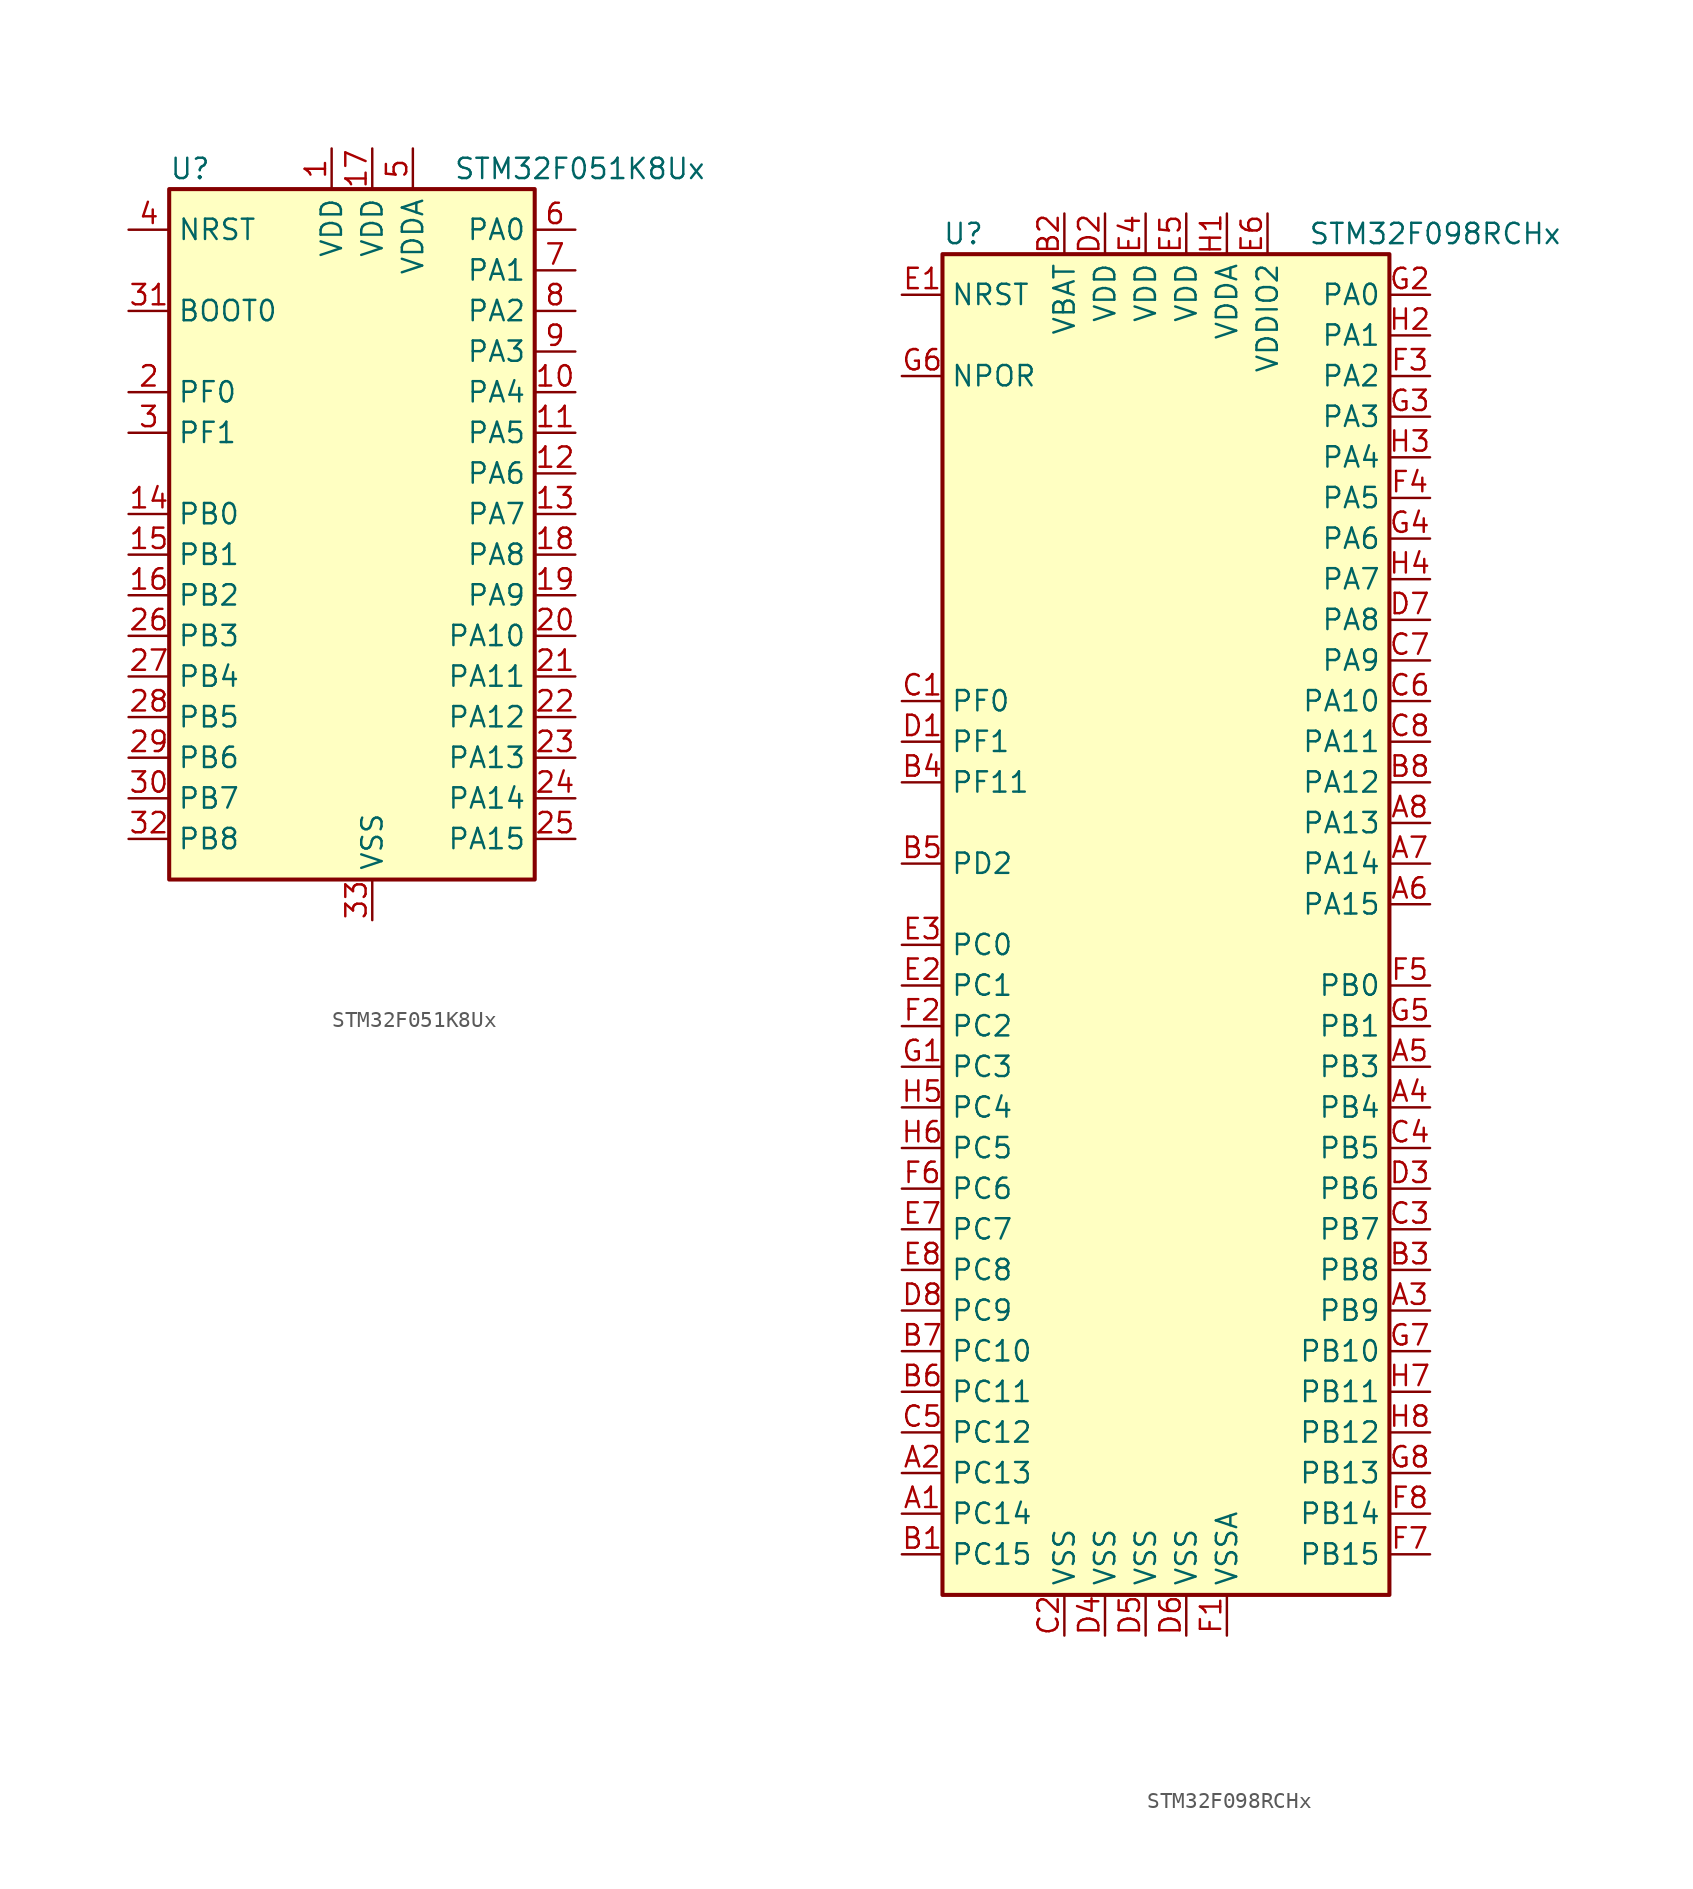
<source format=kicad_sym>
(kicad_symbol_lib
  (version 20201005)
  (generator kicad_symbol_editor)
  (symbol "STM32F051K8Ux"
    (property "Reference" "U"
      (at -12.7 21.59 0)
      (effects (font (size 1.27 1.27)) (justify left)))
    (property "Value" "STM32F051K8Ux"
      (at 5.08 21.59 0)
      (effects (font (size 1.27 1.27)) (justify left)))
    (symbol "STM32F051K8Ux_0_1"
      (rectangle (start -12.7 -22.86) (end 10.16 20.32) (stroke (width 0.254)) (fill (type background))))
    (symbol "STM32F051K8Ux_1_1"
      (pin input line (at -15.24 12.7 0) (length 2.54) (name "BOOT0" (effects (font (size 1.27 1.27)))) (number "31" (effects (font (size 1.27 1.27)))))
      (pin input line (at -15.24 17.78 0) (length 2.54) (name "NRST" (effects (font (size 1.27 1.27)))) (number "4" (effects (font (size 1.27 1.27)))))
      (pin bidirectional line (at 12.7 17.78 180) (length 2.54) (name "PA0" (effects (font (size 1.27 1.27)))) (number "6" (effects (font (size 1.27 1.27)))))
      (pin bidirectional line (at 12.7 15.24 180) (length 2.54) (name "PA1" (effects (font (size 1.27 1.27)))) (number "7" (effects (font (size 1.27 1.27)))))
      (pin bidirectional line (at 12.7 -7.62 180) (length 2.54) (name "PA10" (effects (font (size 1.27 1.27)))) (number "20" (effects (font (size 1.27 1.27)))))
      (pin bidirectional line (at 12.7 -10.16 180) (length 2.54) (name "PA11" (effects (font (size 1.27 1.27)))) (number "21" (effects (font (size 1.27 1.27)))))
      (pin bidirectional line (at 12.7 -12.7 180) (length 2.54) (name "PA12" (effects (font (size 1.27 1.27)))) (number "22" (effects (font (size 1.27 1.27)))))
      (pin bidirectional line (at 12.7 -15.24 180) (length 2.54) (name "PA13" (effects (font (size 1.27 1.27)))) (number "23" (effects (font (size 1.27 1.27)))))
      (pin bidirectional line (at 12.7 -17.78 180) (length 2.54) (name "PA14" (effects (font (size 1.27 1.27)))) (number "24" (effects (font (size 1.27 1.27)))))
      (pin bidirectional line (at 12.7 -20.32 180) (length 2.54) (name "PA15" (effects (font (size 1.27 1.27)))) (number "25" (effects (font (size 1.27 1.27)))))
      (pin bidirectional line (at 12.7 12.7 180) (length 2.54) (name "PA2" (effects (font (size 1.27 1.27)))) (number "8" (effects (font (size 1.27 1.27)))))
      (pin bidirectional line (at 12.7 10.16 180) (length 2.54) (name "PA3" (effects (font (size 1.27 1.27)))) (number "9" (effects (font (size 1.27 1.27)))))
      (pin bidirectional line (at 12.7 7.62 180) (length 2.54) (name "PA4" (effects (font (size 1.27 1.27)))) (number "10" (effects (font (size 1.27 1.27)))))
      (pin bidirectional line (at 12.7 5.08 180) (length 2.54) (name "PA5" (effects (font (size 1.27 1.27)))) (number "11" (effects (font (size 1.27 1.27)))))
      (pin bidirectional line (at 12.7 2.54 180) (length 2.54) (name "PA6" (effects (font (size 1.27 1.27)))) (number "12" (effects (font (size 1.27 1.27)))))
      (pin bidirectional line (at 12.7 0 180) (length 2.54) (name "PA7" (effects (font (size 1.27 1.27)))) (number "13" (effects (font (size 1.27 1.27)))))
      (pin bidirectional line (at 12.7 -2.54 180) (length 2.54) (name "PA8" (effects (font (size 1.27 1.27)))) (number "18" (effects (font (size 1.27 1.27)))))
      (pin bidirectional line (at 12.7 -5.08 180) (length 2.54) (name "PA9" (effects (font (size 1.27 1.27)))) (number "19" (effects (font (size 1.27 1.27)))))
      (pin bidirectional line (at -15.24 0 0) (length 2.54) (name "PB0" (effects (font (size 1.27 1.27)))) (number "14" (effects (font (size 1.27 1.27)))))
      (pin bidirectional line (at -15.24 -2.54 0) (length 2.54) (name "PB1" (effects (font (size 1.27 1.27)))) (number "15" (effects (font (size 1.27 1.27)))))
      (pin bidirectional line (at -15.24 -5.08 0) (length 2.54) (name "PB2" (effects (font (size 1.27 1.27)))) (number "16" (effects (font (size 1.27 1.27)))))
      (pin bidirectional line (at -15.24 -7.62 0) (length 2.54) (name "PB3" (effects (font (size 1.27 1.27)))) (number "26" (effects (font (size 1.27 1.27)))))
      (pin bidirectional line (at -15.24 -10.16 0) (length 2.54) (name "PB4" (effects (font (size 1.27 1.27)))) (number "27" (effects (font (size 1.27 1.27)))))
      (pin bidirectional line (at -15.24 -12.7 0) (length 2.54) (name "PB5" (effects (font (size 1.27 1.27)))) (number "28" (effects (font (size 1.27 1.27)))))
      (pin bidirectional line (at -15.24 -15.24 0) (length 2.54) (name "PB6" (effects (font (size 1.27 1.27)))) (number "29" (effects (font (size 1.27 1.27)))))
      (pin bidirectional line (at -15.24 -17.78 0) (length 2.54) (name "PB7" (effects (font (size 1.27 1.27)))) (number "30" (effects (font (size 1.27 1.27)))))
      (pin bidirectional line (at -15.24 -20.32 0) (length 2.54) (name "PB8" (effects (font (size 1.27 1.27)))) (number "32" (effects (font (size 1.27 1.27)))))
      (pin input line (at -15.24 7.62 0) (length 2.54) (name "PF0" (effects (font (size 1.27 1.27)))) (number "2" (effects (font (size 1.27 1.27)))))
      (pin input line (at -15.24 5.08 0) (length 2.54) (name "PF1" (effects (font (size 1.27 1.27)))) (number "3" (effects (font (size 1.27 1.27)))))
      (pin power_in line (at -2.54 22.86 270) (length 2.54) (name "VDD" (effects (font (size 1.27 1.27)))) (number "1" (effects (font (size 1.27 1.27)))))
      (pin power_in line (at 0 22.86 270) (length 2.54) (name "VDD" (effects (font (size 1.27 1.27)))) (number "17" (effects (font (size 1.27 1.27)))))
      (pin power_in line (at 2.54 22.86 270) (length 2.54) (name "VDDA" (effects (font (size 1.27 1.27)))) (number "5" (effects (font (size 1.27 1.27)))))
      (pin power_in line (at 0 -25.4 90) (length 2.54) (name "VSS" (effects (font (size 1.27 1.27)))) (number "33" (effects (font (size 1.27 1.27)))))))
  (symbol "STM32F098RCHx"
    (property "Reference" "U"
      (at -15.24 41.91 0)
      (effects (font (size 1.27 1.27)) (justify left)))
    (property "Value" "STM32F098RCHx"
      (at 7.62 41.91 0)
      (effects (font (size 1.27 1.27)) (justify left)))
    (symbol "STM32F098RCHx_0_1"
      (rectangle (start -15.24 -43.18) (end 12.7 40.64) (stroke (width 0.254)) (fill (type background))))
    (symbol "STM32F098RCHx_1_1"
      (pin power_in line (at -17.78 33.02 0) (length 2.54) (name "NPOR" (effects (font (size 1.27 1.27)))) (number "G6" (effects (font (size 1.27 1.27)))))
      (pin input line (at -17.78 38.1 0) (length 2.54) (name "NRST" (effects (font (size 1.27 1.27)))) (number "E1" (effects (font (size 1.27 1.27)))))
      (pin bidirectional line (at 15.24 38.1 180) (length 2.54) (name "PA0" (effects (font (size 1.27 1.27)))) (number "G2" (effects (font (size 1.27 1.27)))))
      (pin bidirectional line (at 15.24 35.56 180) (length 2.54) (name "PA1" (effects (font (size 1.27 1.27)))) (number "H2" (effects (font (size 1.27 1.27)))))
      (pin bidirectional line (at 15.24 12.7 180) (length 2.54) (name "PA10" (effects (font (size 1.27 1.27)))) (number "C6" (effects (font (size 1.27 1.27)))))
      (pin bidirectional line (at 15.24 10.16 180) (length 2.54) (name "PA11" (effects (font (size 1.27 1.27)))) (number "C8" (effects (font (size 1.27 1.27)))))
      (pin bidirectional line (at 15.24 7.62 180) (length 2.54) (name "PA12" (effects (font (size 1.27 1.27)))) (number "B8" (effects (font (size 1.27 1.27)))))
      (pin bidirectional line (at 15.24 5.08 180) (length 2.54) (name "PA13" (effects (font (size 1.27 1.27)))) (number "A8" (effects (font (size 1.27 1.27)))))
      (pin bidirectional line (at 15.24 2.54 180) (length 2.54) (name "PA14" (effects (font (size 1.27 1.27)))) (number "A7" (effects (font (size 1.27 1.27)))))
      (pin bidirectional line (at 15.24 0 180) (length 2.54) (name "PA15" (effects (font (size 1.27 1.27)))) (number "A6" (effects (font (size 1.27 1.27)))))
      (pin bidirectional line (at 15.24 33.02 180) (length 2.54) (name "PA2" (effects (font (size 1.27 1.27)))) (number "F3" (effects (font (size 1.27 1.27)))))
      (pin bidirectional line (at 15.24 30.48 180) (length 2.54) (name "PA3" (effects (font (size 1.27 1.27)))) (number "G3" (effects (font (size 1.27 1.27)))))
      (pin bidirectional line (at 15.24 27.94 180) (length 2.54) (name "PA4" (effects (font (size 1.27 1.27)))) (number "H3" (effects (font (size 1.27 1.27)))))
      (pin bidirectional line (at 15.24 25.4 180) (length 2.54) (name "PA5" (effects (font (size 1.27 1.27)))) (number "F4" (effects (font (size 1.27 1.27)))))
      (pin bidirectional line (at 15.24 22.86 180) (length 2.54) (name "PA6" (effects (font (size 1.27 1.27)))) (number "G4" (effects (font (size 1.27 1.27)))))
      (pin bidirectional line (at 15.24 20.32 180) (length 2.54) (name "PA7" (effects (font (size 1.27 1.27)))) (number "H4" (effects (font (size 1.27 1.27)))))
      (pin bidirectional line (at 15.24 17.78 180) (length 2.54) (name "PA8" (effects (font (size 1.27 1.27)))) (number "D7" (effects (font (size 1.27 1.27)))))
      (pin bidirectional line (at 15.24 15.24 180) (length 2.54) (name "PA9" (effects (font (size 1.27 1.27)))) (number "C7" (effects (font (size 1.27 1.27)))))
      (pin bidirectional line (at 15.24 -5.08 180) (length 2.54) (name "PB0" (effects (font (size 1.27 1.27)))) (number "F5" (effects (font (size 1.27 1.27)))))
      (pin bidirectional line (at 15.24 -7.62 180) (length 2.54) (name "PB1" (effects (font (size 1.27 1.27)))) (number "G5" (effects (font (size 1.27 1.27)))))
      (pin bidirectional line (at 15.24 -27.94 180) (length 2.54) (name "PB10" (effects (font (size 1.27 1.27)))) (number "G7" (effects (font (size 1.27 1.27)))))
      (pin bidirectional line (at 15.24 -30.48 180) (length 2.54) (name "PB11" (effects (font (size 1.27 1.27)))) (number "H7" (effects (font (size 1.27 1.27)))))
      (pin bidirectional line (at 15.24 -33.02 180) (length 2.54) (name "PB12" (effects (font (size 1.27 1.27)))) (number "H8" (effects (font (size 1.27 1.27)))))
      (pin bidirectional line (at 15.24 -35.56 180) (length 2.54) (name "PB13" (effects (font (size 1.27 1.27)))) (number "G8" (effects (font (size 1.27 1.27)))))
      (pin bidirectional line (at 15.24 -38.1 180) (length 2.54) (name "PB14" (effects (font (size 1.27 1.27)))) (number "F8" (effects (font (size 1.27 1.27)))))
      (pin bidirectional line (at 15.24 -40.64 180) (length 2.54) (name "PB15" (effects (font (size 1.27 1.27)))) (number "F7" (effects (font (size 1.27 1.27)))))
      (pin bidirectional line (at 15.24 -10.16 180) (length 2.54) (name "PB3" (effects (font (size 1.27 1.27)))) (number "A5" (effects (font (size 1.27 1.27)))))
      (pin bidirectional line (at 15.24 -12.7 180) (length 2.54) (name "PB4" (effects (font (size 1.27 1.27)))) (number "A4" (effects (font (size 1.27 1.27)))))
      (pin bidirectional line (at 15.24 -15.24 180) (length 2.54) (name "PB5" (effects (font (size 1.27 1.27)))) (number "C4" (effects (font (size 1.27 1.27)))))
      (pin bidirectional line (at 15.24 -17.78 180) (length 2.54) (name "PB6" (effects (font (size 1.27 1.27)))) (number "D3" (effects (font (size 1.27 1.27)))))
      (pin bidirectional line (at 15.24 -20.32 180) (length 2.54) (name "PB7" (effects (font (size 1.27 1.27)))) (number "C3" (effects (font (size 1.27 1.27)))))
      (pin bidirectional line (at 15.24 -22.86 180) (length 2.54) (name "PB8" (effects (font (size 1.27 1.27)))) (number "B3" (effects (font (size 1.27 1.27)))))
      (pin bidirectional line (at 15.24 -25.4 180) (length 2.54) (name "PB9" (effects (font (size 1.27 1.27)))) (number "A3" (effects (font (size 1.27 1.27)))))
      (pin bidirectional line (at -17.78 -2.54 0) (length 2.54) (name "PC0" (effects (font (size 1.27 1.27)))) (number "E3" (effects (font (size 1.27 1.27)))))
      (pin bidirectional line (at -17.78 -5.08 0) (length 2.54) (name "PC1" (effects (font (size 1.27 1.27)))) (number "E2" (effects (font (size 1.27 1.27)))))
      (pin bidirectional line (at -17.78 -27.94 0) (length 2.54) (name "PC10" (effects (font (size 1.27 1.27)))) (number "B7" (effects (font (size 1.27 1.27)))))
      (pin bidirectional line (at -17.78 -30.48 0) (length 2.54) (name "PC11" (effects (font (size 1.27 1.27)))) (number "B6" (effects (font (size 1.27 1.27)))))
      (pin bidirectional line (at -17.78 -33.02 0) (length 2.54) (name "PC12" (effects (font (size 1.27 1.27)))) (number "C5" (effects (font (size 1.27 1.27)))))
      (pin bidirectional line (at -17.78 -35.56 0) (length 2.54) (name "PC13" (effects (font (size 1.27 1.27)))) (number "A2" (effects (font (size 1.27 1.27)))))
      (pin bidirectional line (at -17.78 -38.1 0) (length 2.54) (name "PC14" (effects (font (size 1.27 1.27)))) (number "A1" (effects (font (size 1.27 1.27)))))
      (pin bidirectional line (at -17.78 -40.64 0) (length 2.54) (name "PC15" (effects (font (size 1.27 1.27)))) (number "B1" (effects (font (size 1.27 1.27)))))
      (pin bidirectional line (at -17.78 -7.62 0) (length 2.54) (name "PC2" (effects (font (size 1.27 1.27)))) (number "F2" (effects (font (size 1.27 1.27)))))
      (pin bidirectional line (at -17.78 -10.16 0) (length 2.54) (name "PC3" (effects (font (size 1.27 1.27)))) (number "G1" (effects (font (size 1.27 1.27)))))
      (pin bidirectional line (at -17.78 -12.7 0) (length 2.54) (name "PC4" (effects (font (size 1.27 1.27)))) (number "H5" (effects (font (size 1.27 1.27)))))
      (pin bidirectional line (at -17.78 -15.24 0) (length 2.54) (name "PC5" (effects (font (size 1.27 1.27)))) (number "H6" (effects (font (size 1.27 1.27)))))
      (pin bidirectional line (at -17.78 -17.78 0) (length 2.54) (name "PC6" (effects (font (size 1.27 1.27)))) (number "F6" (effects (font (size 1.27 1.27)))))
      (pin bidirectional line (at -17.78 -20.32 0) (length 2.54) (name "PC7" (effects (font (size 1.27 1.27)))) (number "E7" (effects (font (size 1.27 1.27)))))
      (pin bidirectional line (at -17.78 -22.86 0) (length 2.54) (name "PC8" (effects (font (size 1.27 1.27)))) (number "E8" (effects (font (size 1.27 1.27)))))
      (pin bidirectional line (at -17.78 -25.4 0) (length 2.54) (name "PC9" (effects (font (size 1.27 1.27)))) (number "D8" (effects (font (size 1.27 1.27)))))
      (pin bidirectional line (at -17.78 2.54 0) (length 2.54) (name "PD2" (effects (font (size 1.27 1.27)))) (number "B5" (effects (font (size 1.27 1.27)))))
      (pin input line (at -17.78 12.7 0) (length 2.54) (name "PF0" (effects (font (size 1.27 1.27)))) (number "C1" (effects (font (size 1.27 1.27)))))
      (pin input line (at -17.78 10.16 0) (length 2.54) (name "PF1" (effects (font (size 1.27 1.27)))) (number "D1" (effects (font (size 1.27 1.27)))))
      (pin bidirectional line (at -17.78 7.62 0) (length 2.54) (name "PF11" (effects (font (size 1.27 1.27)))) (number "B4" (effects (font (size 1.27 1.27)))))
      (pin power_in line (at -7.62 43.18 270) (length 2.54) (name "VBAT" (effects (font (size 1.27 1.27)))) (number "B2" (effects (font (size 1.27 1.27)))))
      (pin power_in line (at -5.08 43.18 270) (length 2.54) (name "VDD" (effects (font (size 1.27 1.27)))) (number "D2" (effects (font (size 1.27 1.27)))))
      (pin power_in line (at -2.54 43.18 270) (length 2.54) (name "VDD" (effects (font (size 1.27 1.27)))) (number "E4" (effects (font (size 1.27 1.27)))))
      (pin power_in line (at 0 43.18 270) (length 2.54) (name "VDD" (effects (font (size 1.27 1.27)))) (number "E5" (effects (font (size 1.27 1.27)))))
      (pin power_in line (at 2.54 43.18 270) (length 2.54) (name "VDDA" (effects (font (size 1.27 1.27)))) (number "H1" (effects (font (size 1.27 1.27)))))
      (pin power_in line (at 5.08 43.18 270) (length 2.54) (name "VDDIO2" (effects (font (size 1.27 1.27)))) (number "E6" (effects (font (size 1.27 1.27)))))
      (pin power_in line (at -7.62 -45.72 90) (length 2.54) (name "VSS" (effects (font (size 1.27 1.27)))) (number "C2" (effects (font (size 1.27 1.27)))))
      (pin power_in line (at -5.08 -45.72 90) (length 2.54) (name "VSS" (effects (font (size 1.27 1.27)))) (number "D4" (effects (font (size 1.27 1.27)))))
      (pin power_in line (at -2.54 -45.72 90) (length 2.54) (name "VSS" (effects (font (size 1.27 1.27)))) (number "D5" (effects (font (size 1.27 1.27)))))
      (pin power_in line (at 0 -45.72 90) (length 2.54) (name "VSS" (effects (font (size 1.27 1.27)))) (number "D6" (effects (font (size 1.27 1.27)))))
      (pin power_in line (at 2.54 -45.72 90) (length 2.54) (name "VSSA" (effects (font (size 1.27 1.27)))) (number "F1" (effects (font (size 1.27 1.27))))))))
</source>
